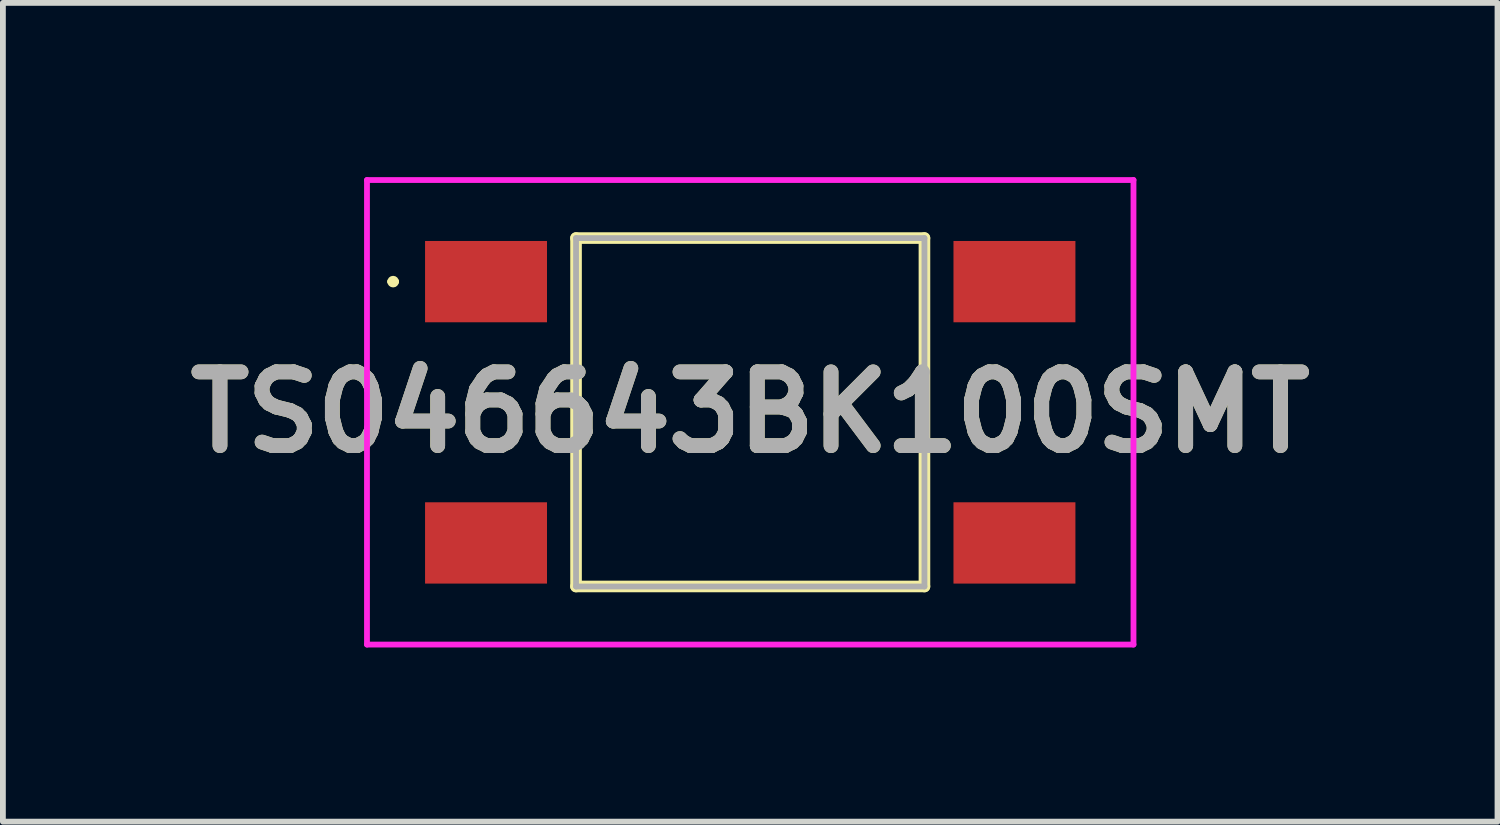
<source format=kicad_pcb>
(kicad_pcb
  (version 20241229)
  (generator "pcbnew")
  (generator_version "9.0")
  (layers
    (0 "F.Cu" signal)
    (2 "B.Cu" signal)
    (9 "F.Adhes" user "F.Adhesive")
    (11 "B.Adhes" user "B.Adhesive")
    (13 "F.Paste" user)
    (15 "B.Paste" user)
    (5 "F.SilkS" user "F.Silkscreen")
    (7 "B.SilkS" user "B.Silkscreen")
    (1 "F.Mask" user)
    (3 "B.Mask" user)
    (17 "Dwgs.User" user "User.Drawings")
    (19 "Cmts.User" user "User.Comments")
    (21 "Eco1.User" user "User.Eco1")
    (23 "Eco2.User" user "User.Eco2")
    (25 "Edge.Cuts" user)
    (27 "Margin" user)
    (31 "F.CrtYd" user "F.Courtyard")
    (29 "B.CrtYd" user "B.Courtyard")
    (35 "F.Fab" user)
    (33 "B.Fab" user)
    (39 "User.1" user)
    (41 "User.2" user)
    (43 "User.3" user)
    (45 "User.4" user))
  (footprint "TS046643BK100SMT"
    (layer "F.Cu")
    (at 9.87 4.05)
    (property "Reference" "TS046643BK100SMT" (at 0 0 0) (layer "F.SilkS") (effects (font (size 1.27 1.27) (thickness 0.254))))
    (attr smd)
    (fp_line (start -6.2 -2.25) (end -6.2 -2.25) (stroke (width 0.1) (type solid)) (layer "F.SilkS"))
    (fp_line (start -6.1 -2.25) (end -6.1 -2.25) (stroke (width 0.1) (type solid)) (layer "F.SilkS"))
    (fp_line (start -3 -3) (end 3 -3) (stroke (width 0.2) (type solid)) (layer "F.SilkS"))
    (fp_line (start -3 3) (end -3 -3) (stroke (width 0.2) (type solid)) (layer "F.SilkS"))
    (fp_line (start 3 -3) (end 3 3) (stroke (width 0.2) (type solid)) (layer "F.SilkS"))
    (fp_line (start 3 3) (end -3 3) (stroke (width 0.2) (type solid)) (layer "F.SilkS"))
    (fp_arc (start -6.2 -2.25) (mid -6.15 -2.3) (end -6.1 -2.25) (stroke (width 0.1) (type solid)) (layer "F.SilkS"))
    (fp_arc (start -6.1 -2.25) (mid -6.15 -2.2) (end -6.2 -2.25) (stroke (width 0.1) (type solid)) (layer "F.SilkS"))
    (fp_line (start -6.6 -4) (end 6.6 -4) (stroke (width 0.1) (type solid)) (layer "F.CrtYd"))
    (fp_line (start -6.6 4) (end -6.6 -4) (stroke (width 0.1) (type solid)) (layer "F.CrtYd"))
    (fp_line (start 6.6 -4) (end 6.6 4) (stroke (width 0.1) (type solid)) (layer "F.CrtYd"))
    (fp_line (start 6.6 4) (end -6.6 4) (stroke (width 0.1) (type solid)) (layer "F.CrtYd"))
    (fp_line (start -3 -3) (end 3 -3) (stroke (width 0.1) (type solid)) (layer "F.Fab"))
    (fp_line (start -3 3) (end -3 -3) (stroke (width 0.1) (type solid)) (layer "F.Fab"))
    (fp_line (start 3 -3) (end 3 3) (stroke (width 0.1) (type solid)) (layer "F.Fab"))
    (fp_line (start 3 3) (end -3 3) (stroke (width 0.1) (type solid)) (layer "F.Fab"))
    (fp_text user "${REFERENCE}" (at 0 0 0) (layer "F.Fab") (effects (font (size 1.27 1.27) (thickness 0.254))))
    (pad "1" smd rect (at -4.55 -2.25 90) (size 1.4 2.1) (layers "F.Cu" "F.Mask" "F.Paste"))
    (pad "2" smd rect (at -4.55 2.25 90) (size 1.4 2.1) (layers "F.Cu" "F.Mask" "F.Paste"))
    (pad "3" smd rect (at 4.55 -2.25 90) (size 1.4 2.1) (layers "F.Cu" "F.Mask" "F.Paste"))
    (pad "4" smd rect (at 4.55 2.25 90) (size 1.4 2.1) (layers "F.Cu" "F.Mask" "F.Paste")))
  (gr_rect
    (start -3 -3)
    (end 22.739 11.1)
    (stroke (width 0.1) (type default))
    (fill no)
    (layer "Edge.Cuts")))
</source>
